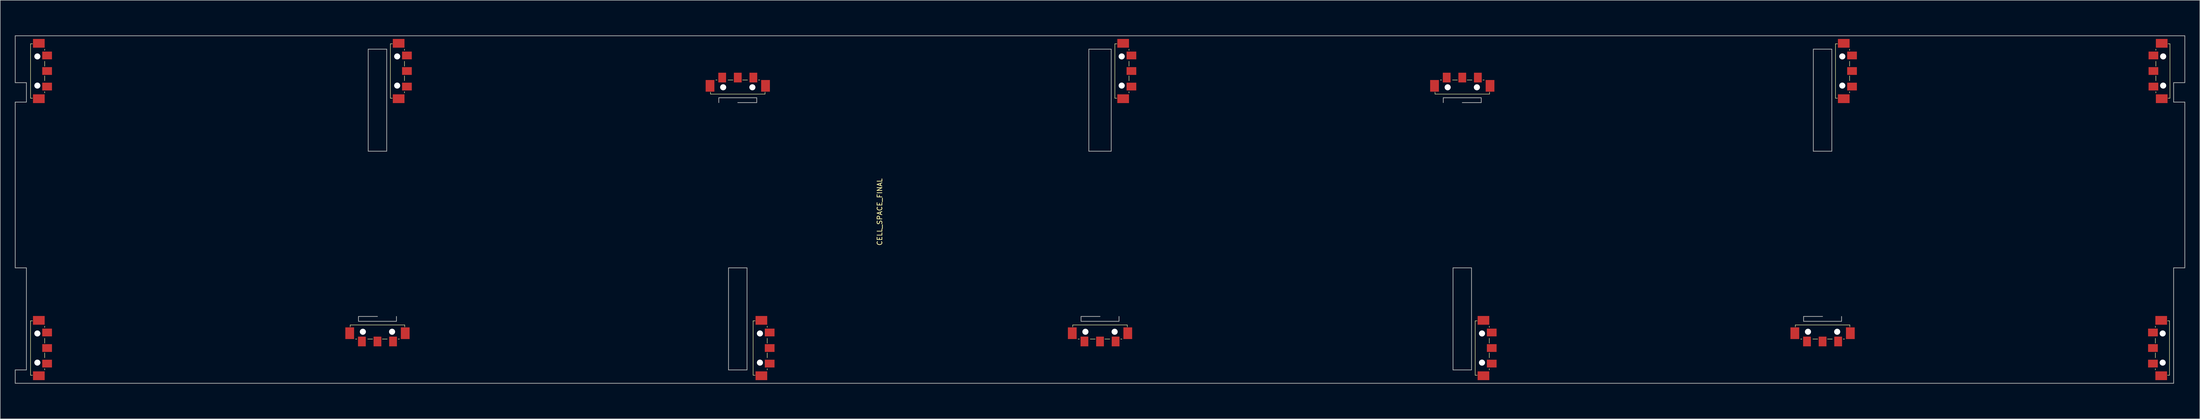
<source format=kicad_pcb>
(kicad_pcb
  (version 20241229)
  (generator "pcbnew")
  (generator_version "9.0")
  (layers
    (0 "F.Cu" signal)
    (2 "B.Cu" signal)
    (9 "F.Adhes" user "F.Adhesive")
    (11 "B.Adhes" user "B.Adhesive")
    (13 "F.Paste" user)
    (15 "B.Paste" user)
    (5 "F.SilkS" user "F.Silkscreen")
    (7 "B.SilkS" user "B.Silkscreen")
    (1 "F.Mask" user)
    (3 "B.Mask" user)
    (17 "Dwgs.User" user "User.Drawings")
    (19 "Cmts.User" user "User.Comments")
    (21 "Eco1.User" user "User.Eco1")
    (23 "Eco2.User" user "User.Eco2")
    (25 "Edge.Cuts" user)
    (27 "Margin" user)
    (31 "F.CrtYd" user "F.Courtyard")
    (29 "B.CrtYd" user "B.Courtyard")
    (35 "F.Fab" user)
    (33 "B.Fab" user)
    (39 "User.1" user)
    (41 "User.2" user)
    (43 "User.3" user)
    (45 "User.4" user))
  (footprint "CELL_SPACE_FINAL"
    (layer "F.Cu")
    (at 222.875 40.06)
    (property "Reference" "CELL_SPACE_FINAL" (at -45.25 0.5 90) (layer "F.SilkS") (effects (font (size 1 1) (thickness 0.153))))
    (attr through_hole)
    (fp_line (start -219.65 -34.1) (end -219.25 -34.1) (stroke (width 0.1) (type solid)) (layer "F.SilkS"))
    (fp_line (start -219.65 -22.9) (end -219.65 -34.1) (stroke (width 0.1) (type solid)) (layer "F.SilkS"))
    (fp_line (start -219.65 22.9) (end -219.25 22.9) (stroke (width 0.1) (type solid)) (layer "F.SilkS"))
    (fp_line (start -219.65 34.1) (end -219.65 22.9) (stroke (width 0.1) (type solid)) (layer "F.SilkS"))
    (fp_line (start -219.25 -22.9) (end -219.65 -22.9) (stroke (width 0.1) (type solid)) (layer "F.SilkS"))
    (fp_line (start -219.25 34.1) (end -219.65 34.1) (stroke (width 0.1) (type solid)) (layer "F.SilkS"))
    (fp_line (start -216.75 -32.75) (end -216.75 -33) (stroke (width 0.1) (type solid)) (layer "F.SilkS"))
    (fp_line (start -216.75 -29.5) (end -216.75 -30.5) (stroke (width 0.1) (type solid)) (layer "F.SilkS"))
    (fp_line (start -216.75 -26.5) (end -216.75 -27.5) (stroke (width 0.1) (type solid)) (layer "F.SilkS"))
    (fp_line (start -216.75 -24) (end -216.75 -24.25) (stroke (width 0.1) (type solid)) (layer "F.SilkS"))
    (fp_line (start -216.75 24.25) (end -216.75 24) (stroke (width 0.1) (type solid)) (layer "F.SilkS"))
    (fp_line (start -216.75 27.5) (end -216.75 26.5) (stroke (width 0.1) (type solid)) (layer "F.SilkS"))
    (fp_line (start -216.75 30.5) (end -216.75 29.5) (stroke (width 0.1) (type solid)) (layer "F.SilkS"))
    (fp_line (start -216.75 33) (end -216.75 32.75) (stroke (width 0.1) (type solid)) (layer "F.SilkS"))
    (fp_line (start -154 23.75) (end -142.8 23.75) (stroke (width 0.1) (type solid)) (layer "F.SilkS"))
    (fp_line (start -154 24.15) (end -154 23.75) (stroke (width 0.1) (type solid)) (layer "F.SilkS"))
    (fp_line (start -152.9 26.65) (end -152.65 26.65) (stroke (width 0.1) (type solid)) (layer "F.SilkS"))
    (fp_line (start -150.4 26.65) (end -149.4 26.65) (stroke (width 0.1) (type solid)) (layer "F.SilkS"))
    (fp_line (start -147.4 26.65) (end -146.4 26.65) (stroke (width 0.1) (type solid)) (layer "F.SilkS"))
    (fp_line (start -145.75 -34.1) (end -145.35 -34.1) (stroke (width 0.1) (type solid)) (layer "F.SilkS"))
    (fp_line (start -145.75 -22.9) (end -145.75 -34.1) (stroke (width 0.1) (type solid)) (layer "F.SilkS"))
    (fp_line (start -145.35 -22.9) (end -145.75 -22.9) (stroke (width 0.1) (type solid)) (layer "F.SilkS"))
    (fp_line (start -144.15 26.65) (end -143.9 26.65) (stroke (width 0.1) (type solid)) (layer "F.SilkS"))
    (fp_line (start -142.85 -32.75) (end -142.85 -33) (stroke (width 0.1) (type solid)) (layer "F.SilkS"))
    (fp_line (start -142.85 -29.5) (end -142.85 -30.5) (stroke (width 0.1) (type solid)) (layer "F.SilkS"))
    (fp_line (start -142.85 -26.5) (end -142.85 -27.5) (stroke (width 0.1) (type solid)) (layer "F.SilkS"))
    (fp_line (start -142.85 -24) (end -142.85 -24.25) (stroke (width 0.1) (type solid)) (layer "F.SilkS"))
    (fp_line (start -142.8 23.75) (end -142.8 24.15) (stroke (width 0.1) (type solid)) (layer "F.SilkS"))
    (fp_line (start -80 -23.75) (end -80 -24.15) (stroke (width 0.1) (type solid)) (layer "F.SilkS"))
    (fp_line (start -78.65 -26.65) (end -78.9 -26.65) (stroke (width 0.1) (type solid)) (layer "F.SilkS"))
    (fp_line (start -75.4 -26.65) (end -76.4 -26.65) (stroke (width 0.1) (type solid)) (layer "F.SilkS"))
    (fp_line (start -72.4 -26.65) (end -73.4 -26.65) (stroke (width 0.1) (type solid)) (layer "F.SilkS"))
    (fp_line (start -71.25 22.9) (end -70.85 22.9) (stroke (width 0.1) (type solid)) (layer "F.SilkS"))
    (fp_line (start -71.25 34.1) (end -71.25 22.9) (stroke (width 0.1) (type solid)) (layer "F.SilkS"))
    (fp_line (start -70.85 34.1) (end -71.25 34.1) (stroke (width 0.1) (type solid)) (layer "F.SilkS"))
    (fp_line (start -69.9 -26.65) (end -70.15 -26.65) (stroke (width 0.1) (type solid)) (layer "F.SilkS"))
    (fp_line (start -68.8 -24.15) (end -68.8 -23.75) (stroke (width 0.1) (type solid)) (layer "F.SilkS"))
    (fp_line (start -68.8 -23.75) (end -80 -23.75) (stroke (width 0.1) (type solid)) (layer "F.SilkS"))
    (fp_line (start -68.35 24.25) (end -68.35 24) (stroke (width 0.1) (type solid)) (layer "F.SilkS"))
    (fp_line (start -68.35 27.5) (end -68.35 26.5) (stroke (width 0.1) (type solid)) (layer "F.SilkS"))
    (fp_line (start -68.35 30.5) (end -68.35 29.5) (stroke (width 0.1) (type solid)) (layer "F.SilkS"))
    (fp_line (start -68.35 33) (end -68.35 32.75) (stroke (width 0.1) (type solid)) (layer "F.SilkS"))
    (fp_line (start -5.6 23.75) (end 5.6 23.75) (stroke (width 0.1) (type solid)) (layer "F.SilkS"))
    (fp_line (start -5.6 24.15) (end -5.6 23.75) (stroke (width 0.1) (type solid)) (layer "F.SilkS"))
    (fp_line (start -4.5 26.65) (end -4.25 26.65) (stroke (width 0.1) (type solid)) (layer "F.SilkS"))
    (fp_line (start -2 26.65) (end -1 26.65) (stroke (width 0.1) (type solid)) (layer "F.SilkS"))
    (fp_line (start 1 26.65) (end 2 26.65) (stroke (width 0.1) (type solid)) (layer "F.SilkS"))
    (fp_line (start 3.05 -34.1) (end 3.45 -34.1) (stroke (width 0.1) (type solid)) (layer "F.SilkS"))
    (fp_line (start 3.05 -22.9) (end 3.05 -34.1) (stroke (width 0.1) (type solid)) (layer "F.SilkS"))
    (fp_line (start 3.45 -22.9) (end 3.05 -22.9) (stroke (width 0.1) (type solid)) (layer "F.SilkS"))
    (fp_line (start 4.25 26.65) (end 4.5 26.65) (stroke (width 0.1) (type solid)) (layer "F.SilkS"))
    (fp_line (start 5.6 23.75) (end 5.6 24.15) (stroke (width 0.1) (type solid)) (layer "F.SilkS"))
    (fp_line (start 5.95 -32.75) (end 5.95 -33) (stroke (width 0.1) (type solid)) (layer "F.SilkS"))
    (fp_line (start 5.95 -29.5) (end 5.95 -30.5) (stroke (width 0.1) (type solid)) (layer "F.SilkS"))
    (fp_line (start 5.95 -26.5) (end 5.95 -27.5) (stroke (width 0.1) (type solid)) (layer "F.SilkS"))
    (fp_line (start 5.95 -24) (end 5.95 -24.25) (stroke (width 0.1) (type solid)) (layer "F.SilkS"))
    (fp_line (start 68.8 -23.75) (end 68.8 -24.15) (stroke (width 0.1) (type solid)) (layer "F.SilkS"))
    (fp_line (start 70.15 -26.65) (end 69.9 -26.65) (stroke (width 0.1) (type solid)) (layer "F.SilkS"))
    (fp_line (start 73.4 -26.65) (end 72.4 -26.65) (stroke (width 0.1) (type solid)) (layer "F.SilkS"))
    (fp_line (start 76.4 -26.65) (end 75.4 -26.65) (stroke (width 0.1) (type solid)) (layer "F.SilkS"))
    (fp_line (start 77.05 22.9) (end 77.45 22.9) (stroke (width 0.1) (type solid)) (layer "F.SilkS"))
    (fp_line (start 77.05 34.1) (end 77.05 22.9) (stroke (width 0.1) (type solid)) (layer "F.SilkS"))
    (fp_line (start 77.45 34.1) (end 77.05 34.1) (stroke (width 0.1) (type solid)) (layer "F.SilkS"))
    (fp_line (start 78.9 -26.65) (end 78.65 -26.65) (stroke (width 0.1) (type solid)) (layer "F.SilkS"))
    (fp_line (start 79.95 24.25) (end 79.95 24) (stroke (width 0.1) (type solid)) (layer "F.SilkS"))
    (fp_line (start 79.95 27.5) (end 79.95 26.5) (stroke (width 0.1) (type solid)) (layer "F.SilkS"))
    (fp_line (start 79.95 30.5) (end 79.95 29.5) (stroke (width 0.1) (type solid)) (layer "F.SilkS"))
    (fp_line (start 79.95 33) (end 79.95 32.75) (stroke (width 0.1) (type solid)) (layer "F.SilkS"))
    (fp_line (start 80 -24.15) (end 80 -23.75) (stroke (width 0.1) (type solid)) (layer "F.SilkS"))
    (fp_line (start 80 -23.75) (end 68.8 -23.75) (stroke (width 0.1) (type solid)) (layer "F.SilkS"))
    (fp_line (start 142.8 23.75) (end 154 23.75) (stroke (width 0.1) (type solid)) (layer "F.SilkS"))
    (fp_line (start 142.8 24.15) (end 142.8 23.75) (stroke (width 0.1) (type solid)) (layer "F.SilkS"))
    (fp_line (start 143.9 26.65) (end 144.15 26.65) (stroke (width 0.1) (type solid)) (layer "F.SilkS"))
    (fp_line (start 146.4 26.65) (end 147.4 26.65) (stroke (width 0.1) (type solid)) (layer "F.SilkS"))
    (fp_line (start 149.4 26.65) (end 150.4 26.65) (stroke (width 0.1) (type solid)) (layer "F.SilkS"))
    (fp_line (start 151.05 -34.1) (end 151.45 -34.1) (stroke (width 0.1) (type solid)) (layer "F.SilkS"))
    (fp_line (start 151.05 -22.9) (end 151.05 -34.1) (stroke (width 0.1) (type solid)) (layer "F.SilkS"))
    (fp_line (start 151.45 -22.9) (end 151.05 -22.9) (stroke (width 0.1) (type solid)) (layer "F.SilkS"))
    (fp_line (start 152.65 26.65) (end 152.9 26.65) (stroke (width 0.1) (type solid)) (layer "F.SilkS"))
    (fp_line (start 153.95 -32.75) (end 153.95 -33) (stroke (width 0.1) (type solid)) (layer "F.SilkS"))
    (fp_line (start 153.95 -29.5) (end 153.95 -30.5) (stroke (width 0.1) (type solid)) (layer "F.SilkS"))
    (fp_line (start 153.95 -26.5) (end 153.95 -27.5) (stroke (width 0.1) (type solid)) (layer "F.SilkS"))
    (fp_line (start 153.95 -24) (end 153.95 -24.25) (stroke (width 0.1) (type solid)) (layer "F.SilkS"))
    (fp_line (start 154 23.75) (end 154 24.15) (stroke (width 0.1) (type solid)) (layer "F.SilkS"))
    (fp_line (start 216.75 24) (end 216.75 24.25) (stroke (width 0.1) (type solid)) (layer "F.SilkS"))
    (fp_line (start 216.75 26.5) (end 216.75 27.5) (stroke (width 0.1) (type solid)) (layer "F.SilkS"))
    (fp_line (start 216.75 29.5) (end 216.75 30.5) (stroke (width 0.1) (type solid)) (layer "F.SilkS"))
    (fp_line (start 216.75 32.75) (end 216.75 33) (stroke (width 0.1) (type solid)) (layer "F.SilkS"))
    (fp_line (start 216.85 -33) (end 216.85 -32.75) (stroke (width 0.1) (type solid)) (layer "F.SilkS"))
    (fp_line (start 216.85 -30.5) (end 216.85 -29.5) (stroke (width 0.1) (type solid)) (layer "F.SilkS"))
    (fp_line (start 216.85 -27.5) (end 216.85 -26.5) (stroke (width 0.1) (type solid)) (layer "F.SilkS"))
    (fp_line (start 216.85 -24.25) (end 216.85 -24) (stroke (width 0.1) (type solid)) (layer "F.SilkS"))
    (fp_line (start 219.25 22.9) (end 219.65 22.9) (stroke (width 0.1) (type solid)) (layer "F.SilkS"))
    (fp_line (start 219.35 -34.1) (end 219.75 -34.1) (stroke (width 0.1) (type solid)) (layer "F.SilkS"))
    (fp_line (start 219.65 22.9) (end 219.65 34.1) (stroke (width 0.1) (type solid)) (layer "F.SilkS"))
    (fp_line (start 219.65 34.1) (end 219.25 34.1) (stroke (width 0.1) (type solid)) (layer "F.SilkS"))
    (fp_line (start 219.75 -34.1) (end 219.75 -22.9) (stroke (width 0.1) (type solid)) (layer "F.SilkS"))
    (fp_line (start 219.75 -22.9) (end 219.35 -22.9) (stroke (width 0.1) (type solid)) (layer "F.SilkS"))
    (fp_line (start -148.4 20) (end -148.4 40) (stroke (width 0.12) (type solid)) (layer "Eco1.User"))
    (fp_line (start -74.4 -20) (end -74.4 -40) (stroke (width 0.12) (type solid)) (layer "Eco1.User"))
    (fp_line (start 0 40) (end 0 20) (stroke (width 0.12) (type solid)) (layer "Eco1.User"))
    (fp_line (start 74.4 -40) (end 74.4 -20) (stroke (width 0.12) (type solid)) (layer "Eco1.User"))
    (fp_line (start 148.4 40) (end 148.4 20) (stroke (width 0.12) (type solid)) (layer "Eco1.User"))
    (fp_poly (pts (xy -220.35 -34.1) (xy -220.35 -22.9) (xy -220.95 -22.9) (xy -220.95 -34.1)) (stroke (width 0.1) (type solid)) (fill no) (layer "Eco1.User"))
    (fp_poly (pts (xy -220.35 22.9) (xy -220.35 34.1) (xy -220.95 34.1) (xy -220.95 22.9)) (stroke (width 0.1) (type solid)) (fill no) (layer "Eco1.User"))
    (fp_poly (pts (xy -146.45 -34.1) (xy -146.45 -22.9) (xy -147.05 -22.9) (xy -147.05 -34.1)) (stroke (width 0.1) (type solid)) (fill no) (layer "Eco1.User"))
    (fp_poly (pts (xy -142.8 23.05) (xy -154 23.05) (xy -154 22.45) (xy -142.8 22.45)) (stroke (width 0.1) (type solid)) (fill no) (layer "Eco1.User"))
    (fp_poly (pts (xy -80 -23.05) (xy -68.8 -23.05) (xy -68.8 -22.45) (xy -80 -22.45)) (stroke (width 0.1) (type solid)) (fill no) (layer "Eco1.User"))
    (fp_poly (pts (xy -71.95 22.9) (xy -71.95 34.1) (xy -72.55 34.1) (xy -72.55 22.9)) (stroke (width 0.1) (type solid)) (fill no) (layer "Eco1.User"))
    (fp_poly (pts (xy 2.35 -34.1) (xy 2.35 -22.9) (xy 1.75 -22.9) (xy 1.75 -34.1)) (stroke (width 0.1) (type solid)) (fill no) (layer "Eco1.User"))
    (fp_poly (pts (xy 5.6 23.05) (xy -5.6 23.05) (xy -5.6 22.45) (xy 5.6 22.45)) (stroke (width 0.1) (type solid)) (fill no) (layer "Eco1.User"))
    (fp_poly (pts (xy 68.8 -23.05) (xy 80 -23.05) (xy 80 -22.45) (xy 68.8 -22.45)) (stroke (width 0.1) (type solid)) (fill no) (layer "Eco1.User"))
    (fp_poly (pts (xy 76.35 22.9) (xy 76.35 34.1) (xy 75.75 34.1) (xy 75.75 22.9)) (stroke (width 0.1) (type solid)) (fill no) (layer "Eco1.User"))
    (fp_poly (pts (xy 150.35 -34.1) (xy 150.35 -22.9) (xy 149.75 -22.9) (xy 149.75 -34.1)) (stroke (width 0.1) (type solid)) (fill no) (layer "Eco1.User"))
    (fp_poly (pts (xy 154 23.05) (xy 142.8 23.05) (xy 142.8 22.45) (xy 154 22.45)) (stroke (width 0.1) (type solid)) (fill no) (layer "Eco1.User"))
    (fp_poly (pts (xy 220.35 34.1) (xy 220.35 22.9) (xy 220.95 22.9) (xy 220.95 34.1)) (stroke (width 0.1) (type solid)) (fill no) (layer "Eco1.User"))
    (fp_poly (pts (xy 220.45 -22.9) (xy 220.45 -34.1) (xy 221.05 -34.1) (xy 221.05 -22.9)) (stroke (width 0.1) (type solid)) (fill no) (layer "Eco1.User"))
    (fp_line (start -222.8 -35.75) (end -222.8 -26.1) (stroke (width 0.15) (type solid)) (layer "F.Fab"))
    (fp_line (start -222.8 -26.1) (end -220.5 -26.1) (stroke (width 0.15) (type solid)) (layer "F.Fab"))
    (fp_line (start -222.8 -22.1) (end -222.8 12) (stroke (width 0.15) (type solid)) (layer "F.Fab"))
    (fp_line (start -222.8 12) (end -220.5 12) (stroke (width 0.15) (type solid)) (layer "F.Fab"))
    (fp_line (start -222.8 33) (end -222.8 35.75) (stroke (width 0.15) (type solid)) (layer "F.Fab"))
    (fp_line (start -222.8 35.75) (end 220.5 35.75) (stroke (width 0.15) (type solid)) (layer "F.Fab"))
    (fp_line (start -220.5 -26.1) (end -220.5 -22.1) (stroke (width 0.15) (type solid)) (layer "F.Fab"))
    (fp_line (start -220.5 -22.1) (end -222.8 -22.1) (stroke (width 0.15) (type solid)) (layer "F.Fab"))
    (fp_line (start -220.5 12) (end -220.5 33) (stroke (width 0.15) (type solid)) (layer "F.Fab"))
    (fp_line (start -220.5 33) (end -222.8 33) (stroke (width 0.15) (type solid)) (layer "F.Fab"))
    (fp_line (start -152.3 22) (end -148.4 22) (stroke (width 0.15) (type solid)) (layer "F.Fab"))
    (fp_line (start -152.3 23) (end -152.3 22) (stroke (width 0.15) (type solid)) (layer "F.Fab"))
    (fp_line (start -150.3 -33) (end -146.5 -33) (stroke (width 0.15) (type solid)) (layer "F.Fab"))
    (fp_line (start -150.3 -12) (end -150.3 -33) (stroke (width 0.15) (type solid)) (layer "F.Fab"))
    (fp_line (start -146.5 -33) (end -146.5 -12) (stroke (width 0.15) (type solid)) (layer "F.Fab"))
    (fp_line (start -146.5 -12) (end -150.3 -12) (stroke (width 0.15) (type solid)) (layer "F.Fab"))
    (fp_line (start -144.5 22) (end -144.5 23) (stroke (width 0.15) (type solid)) (layer "F.Fab"))
    (fp_line (start -144.5 23) (end -152.3 23) (stroke (width 0.15) (type solid)) (layer "F.Fab"))
    (fp_line (start -78.3 -23) (end -70.5 -23) (stroke (width 0.15) (type solid)) (layer "F.Fab"))
    (fp_line (start -78.3 -22) (end -78.3 -23) (stroke (width 0.15) (type solid)) (layer "F.Fab"))
    (fp_line (start -76.3 12) (end -72.5 12) (stroke (width 0.15) (type solid)) (layer "F.Fab"))
    (fp_line (start -76.3 33) (end -76.3 12) (stroke (width 0.15) (type solid)) (layer "F.Fab"))
    (fp_line (start -72.5 12) (end -72.5 33) (stroke (width 0.15) (type solid)) (layer "F.Fab"))
    (fp_line (start -72.5 33) (end -76.3 33) (stroke (width 0.15) (type solid)) (layer "F.Fab"))
    (fp_line (start -70.5 -23) (end -70.5 -22) (stroke (width 0.15) (type solid)) (layer "F.Fab"))
    (fp_line (start -70.5 -22) (end -74.4 -22) (stroke (width 0.15) (type solid)) (layer "F.Fab"))
    (fp_line (start -3.9 22) (end 0 22) (stroke (width 0.15) (type solid)) (layer "F.Fab"))
    (fp_line (start -3.9 23) (end -3.9 22) (stroke (width 0.15) (type solid)) (layer "F.Fab"))
    (fp_line (start -2.3 -33) (end 2.3 -33) (stroke (width 0.15) (type solid)) (layer "F.Fab"))
    (fp_line (start -2.3 -12) (end -2.3 -33) (stroke (width 0.15) (type solid)) (layer "F.Fab"))
    (fp_line (start 2.3 -33) (end 2.3 -12) (stroke (width 0.15) (type solid)) (layer "F.Fab"))
    (fp_line (start 2.3 -12) (end -2.3 -12) (stroke (width 0.15) (type solid)) (layer "F.Fab"))
    (fp_line (start 3.9 22) (end 3.9 23) (stroke (width 0.15) (type solid)) (layer "F.Fab"))
    (fp_line (start 3.9 23) (end -3.9 23) (stroke (width 0.15) (type solid)) (layer "F.Fab"))
    (fp_line (start 70.5 -22) (end 70.5 -23) (stroke (width 0.15) (type solid)) (layer "F.Fab"))
    (fp_line (start 70.5 -23) (end 78.3 -23) (stroke (width 0.15) (type solid)) (layer "F.Fab"))
    (fp_line (start 72.5 12) (end 76.3 12) (stroke (width 0.15) (type solid)) (layer "F.Fab"))
    (fp_line (start 72.5 33) (end 72.5 12) (stroke (width 0.15) (type solid)) (layer "F.Fab"))
    (fp_line (start 76.3 12) (end 76.3 33) (stroke (width 0.15) (type solid)) (layer "F.Fab"))
    (fp_line (start 76.3 33) (end 72.5 33) (stroke (width 0.15) (type solid)) (layer "F.Fab"))
    (fp_line (start 78.3 -23) (end 78.3 -22) (stroke (width 0.15) (type solid)) (layer "F.Fab"))
    (fp_line (start 78.3 -22) (end 74.4 -22) (stroke (width 0.15) (type solid)) (layer "F.Fab"))
    (fp_line (start 144.5 22) (end 148.4 22) (stroke (width 0.15) (type solid)) (layer "F.Fab"))
    (fp_line (start 144.5 23) (end 144.5 22) (stroke (width 0.15) (type solid)) (layer "F.Fab"))
    (fp_line (start 146.5 -33) (end 150.3 -33) (stroke (width 0.15) (type solid)) (layer "F.Fab"))
    (fp_line (start 146.5 -12) (end 146.5 -33) (stroke (width 0.15) (type solid)) (layer "F.Fab"))
    (fp_line (start 150.3 -33) (end 150.3 -12) (stroke (width 0.15) (type solid)) (layer "F.Fab"))
    (fp_line (start 150.3 -12) (end 146.5 -12) (stroke (width 0.15) (type solid)) (layer "F.Fab"))
    (fp_line (start 152.3 22) (end 152.3 23) (stroke (width 0.15) (type solid)) (layer "F.Fab"))
    (fp_line (start 152.3 23) (end 144.5 23) (stroke (width 0.15) (type solid)) (layer "F.Fab"))
    (fp_line (start 220.5 -26.1) (end 222.8 -26.1) (stroke (width 0.15) (type solid)) (layer "F.Fab"))
    (fp_line (start 220.5 -22.1) (end 220.5 -26.1) (stroke (width 0.15) (type solid)) (layer "F.Fab"))
    (fp_line (start 220.5 12) (end 222.8 12) (stroke (width 0.15) (type solid)) (layer "F.Fab"))
    (fp_line (start 220.5 35.75) (end 220.5 12) (stroke (width 0.15) (type solid)) (layer "F.Fab"))
    (fp_line (start 222.8 -35.75) (end -222.8 -35.75) (stroke (width 0.15) (type solid)) (layer "F.Fab"))
    (fp_line (start 222.8 -26.1) (end 222.8 -35.75) (stroke (width 0.15) (type solid)) (layer "F.Fab"))
    (fp_line (start 222.8 -22.1) (end 220.5 -22.1) (stroke (width 0.15) (type solid)) (layer "F.Fab"))
    (fp_line (start 222.8 12) (end 222.8 -22.1) (stroke (width 0.15) (type solid)) (layer "F.Fab"))
    (pad "" np_thru_hole circle (at -218.25 -31.5 90) (size 1.25 1.25) (drill 1.25) (layers "*.Cu" "*.Mask"))
    (pad "" np_thru_hole circle (at -218.25 -25.5 90) (size 1.25 1.25) (drill 1.25) (layers "*.Cu" "*.Mask"))
    (pad "" np_thru_hole circle (at -218.25 25.5 90) (size 1.25 1.25) (drill 1.25) (layers "*.Cu" "*.Mask"))
    (pad "" np_thru_hole circle (at -218.25 31.5 90) (size 1.25 1.25) (drill 1.25) (layers "*.Cu" "*.Mask"))
    (pad "" np_thru_hole circle (at -151.4 25.15) (size 1.25 1.25) (drill 1.25) (layers "*.Cu" "*.Mask"))
    (pad "" np_thru_hole circle (at -145.4 25.15) (size 1.25 1.25) (drill 1.25) (layers "*.Cu" "*.Mask"))
    (pad "" np_thru_hole circle (at -144.35 -31.5 90) (size 1.25 1.25) (drill 1.25) (layers "*.Cu" "*.Mask"))
    (pad "" np_thru_hole circle (at -144.35 -25.5 90) (size 1.25 1.25) (drill 1.25) (layers "*.Cu" "*.Mask"))
    (pad "" np_thru_hole circle (at -77.4 -25.15 180) (size 1.25 1.25) (drill 1.25) (layers "*.Cu" "*.Mask"))
    (pad "" np_thru_hole circle (at -71.4 -25.15 180) (size 1.25 1.25) (drill 1.25) (layers "*.Cu" "*.Mask"))
    (pad "" np_thru_hole circle (at -69.85 25.5 90) (size 1.25 1.25) (drill 1.25) (layers "*.Cu" "*.Mask"))
    (pad "" np_thru_hole circle (at -69.85 31.5 90) (size 1.25 1.25) (drill 1.25) (layers "*.Cu" "*.Mask"))
    (pad "" np_thru_hole circle (at -3 25.15) (size 1.25 1.25) (drill 1.25) (layers "*.Cu" "*.Mask"))
    (pad "" np_thru_hole circle (at 3 25.15) (size 1.25 1.25) (drill 1.25) (layers "*.Cu" "*.Mask"))
    (pad "" np_thru_hole circle (at 4.45 -31.5 90) (size 1.25 1.25) (drill 1.25) (layers "*.Cu" "*.Mask"))
    (pad "" np_thru_hole circle (at 4.45 -25.5 90) (size 1.25 1.25) (drill 1.25) (layers "*.Cu" "*.Mask"))
    (pad "" np_thru_hole circle (at 71.4 -25.15 180) (size 1.25 1.25) (drill 1.25) (layers "*.Cu" "*.Mask"))
    (pad "" np_thru_hole circle (at 77.4 -25.15 180) (size 1.25 1.25) (drill 1.25) (layers "*.Cu" "*.Mask"))
    (pad "" np_thru_hole circle (at 78.45 25.5 90) (size 1.25 1.25) (drill 1.25) (layers "*.Cu" "*.Mask"))
    (pad "" np_thru_hole circle (at 78.45 31.5 90) (size 1.25 1.25) (drill 1.25) (layers "*.Cu" "*.Mask"))
    (pad "" np_thru_hole circle (at 145.4 25.15) (size 1.25 1.25) (drill 1.25) (layers "*.Cu" "*.Mask"))
    (pad "" np_thru_hole circle (at 151.4 25.15) (size 1.25 1.25) (drill 1.25) (layers "*.Cu" "*.Mask"))
    (pad "" np_thru_hole circle (at 152.45 -31.5 90) (size 1.25 1.25) (drill 1.25) (layers "*.Cu" "*.Mask"))
    (pad "" np_thru_hole circle (at 152.45 -25.5 90) (size 1.25 1.25) (drill 1.25) (layers "*.Cu" "*.Mask"))
    (pad "" np_thru_hole circle (at 218.25 25.5 270) (size 1.25 1.25) (drill 1.25) (layers "*.Cu" "*.Mask"))
    (pad "" np_thru_hole circle (at 218.25 31.5 270) (size 1.25 1.25) (drill 1.25) (layers "*.Cu" "*.Mask"))
    (pad "" np_thru_hole circle (at 218.35 -31.5 270) (size 1.25 1.25) (drill 1.25) (layers "*.Cu" "*.Mask"))
    (pad "" np_thru_hole circle (at 218.35 -25.5 270) (size 1.25 1.25) (drill 1.25) (layers "*.Cu" "*.Mask"))
    (pad "1" smd rect (at -217.95 -34.2 90) (size 1.8 2.4) (layers "F.Cu" "F.Mask" "F.Paste"))
    (pad "1" smd rect (at -217.95 -22.8 90) (size 1.8 2.4) (layers "F.Cu" "F.Mask" "F.Paste"))
    (pad "1" smd rect (at -217.95 22.8 90) (size 1.8 2.4) (layers "F.Cu" "F.Mask" "F.Paste"))
    (pad "1" smd rect (at -217.95 34.2 90) (size 1.8 2.4) (layers "F.Cu" "F.Mask" "F.Paste"))
    (pad "1" smd rect (at -216.25 25.3 90) (size 1.6 2) (layers "F.Cu" "F.Mask" "F.Paste"))
    (pad "1" smd rect (at -216.25 28.5 90) (size 1.6 2) (layers "F.Cu" "F.Mask" "F.Paste"))
    (pad "1" smd rect (at -216.25 31.7 90) (size 1.6 2) (layers "F.Cu" "F.Mask" "F.Paste"))
    (pad "1" smd rect (at -154.1 25.45) (size 1.8 2.4) (layers "F.Cu" "F.Mask" "F.Paste"))
    (pad "1" smd rect (at -144.05 -34.2 90) (size 1.8 2.4) (layers "F.Cu" "F.Mask" "F.Paste"))
    (pad "1" smd rect (at -144.05 -22.8 90) (size 1.8 2.4) (layers "F.Cu" "F.Mask" "F.Paste"))
    (pad "1" smd rect (at -142.7 25.45) (size 1.8 2.4) (layers "F.Cu" "F.Mask" "F.Paste"))
    (pad "1" smd rect (at -80.1 -25.45 180) (size 1.8 2.4) (layers "F.Cu" "F.Mask" "F.Paste"))
    (pad "1" smd rect (at -69.55 22.8 90) (size 1.8 2.4) (layers "F.Cu" "F.Mask" "F.Paste"))
    (pad "1" smd rect (at -69.55 34.2 90) (size 1.8 2.4) (layers "F.Cu" "F.Mask" "F.Paste"))
    (pad "1" smd rect (at -68.7 -25.45 180) (size 1.8 2.4) (layers "F.Cu" "F.Mask" "F.Paste"))
    (pad "1" smd rect (at -5.7 25.45) (size 1.8 2.4) (layers "F.Cu" "F.Mask" "F.Paste"))
    (pad "1" smd rect (at 4.75 -34.2 90) (size 1.8 2.4) (layers "F.Cu" "F.Mask" "F.Paste"))
    (pad "1" smd rect (at 4.75 -22.8 90) (size 1.8 2.4) (layers "F.Cu" "F.Mask" "F.Paste"))
    (pad "1" smd rect (at 5.7 25.45) (size 1.8 2.4) (layers "F.Cu" "F.Mask" "F.Paste"))
    (pad "1" smd rect (at 68.7 -25.45 180) (size 1.8 2.4) (layers "F.Cu" "F.Mask" "F.Paste"))
    (pad "1" smd rect (at 78.75 22.8 90) (size 1.8 2.4) (layers "F.Cu" "F.Mask" "F.Paste"))
    (pad "1" smd rect (at 78.75 34.2 90) (size 1.8 2.4) (layers "F.Cu" "F.Mask" "F.Paste"))
    (pad "1" smd rect (at 80.1 -25.45 180) (size 1.8 2.4) (layers "F.Cu" "F.Mask" "F.Paste"))
    (pad "1" smd rect (at 142.7 25.45) (size 1.8 2.4) (layers "F.Cu" "F.Mask" "F.Paste"))
    (pad "1" smd rect (at 152.75 -34.2 90) (size 1.8 2.4) (layers "F.Cu" "F.Mask" "F.Paste"))
    (pad "1" smd rect (at 152.75 -22.8 90) (size 1.8 2.4) (layers "F.Cu" "F.Mask" "F.Paste"))
    (pad "1" smd rect (at 154.1 25.45) (size 1.8 2.4) (layers "F.Cu" "F.Mask" "F.Paste"))
    (pad "1" smd rect (at 217.95 22.8 270) (size 1.8 2.4) (layers "F.Cu" "F.Mask" "F.Paste"))
    (pad "1" smd rect (at 217.95 34.2 270) (size 1.8 2.4) (layers "F.Cu" "F.Mask" "F.Paste"))
    (pad "1" smd rect (at 218.05 -34.2 270) (size 1.8 2.4) (layers "F.Cu" "F.Mask" "F.Paste"))
    (pad "1" smd rect (at 218.05 -22.8 270) (size 1.8 2.4) (layers "F.Cu" "F.Mask" "F.Paste"))
    (pad "2" smd rect (at -151.6 27.15) (size 1.6 2) (layers "F.Cu" "F.Mask" "F.Paste"))
    (pad "3" smd rect (at -216.25 -31.7 90) (size 1.6 2) (layers "F.Cu" "F.Mask" "F.Paste"))
    (pad "3" smd rect (at -216.25 -28.5 90) (size 1.6 2) (layers "F.Cu" "F.Mask" "F.Paste"))
    (pad "3" smd rect (at -216.25 -25.3 90) (size 1.6 2) (layers "F.Cu" "F.Mask" "F.Paste"))
    (pad "4" smd rect (at -142.35 -31.7 90) (size 1.6 2) (layers "F.Cu" "F.Mask" "F.Paste"))
    (pad "4" smd rect (at -142.35 -28.5 90) (size 1.6 2) (layers "F.Cu" "F.Mask" "F.Paste"))
    (pad "4" smd rect (at -142.35 -25.3 90) (size 1.6 2) (layers "F.Cu" "F.Mask" "F.Paste"))
    (pad "5" smd rect (at -77.6 -27.15 180) (size 1.6 2) (layers "F.Cu" "F.Mask" "F.Paste"))
    (pad "6" smd rect (at -145.2 27.15) (size 1.6 2) (layers "F.Cu" "F.Mask" "F.Paste"))
    (pad "7" smd rect (at -67.85 25.3 90) (size 1.6 2) (layers "F.Cu" "F.Mask" "F.Paste"))
    (pad "7" smd rect (at -67.85 28.5 90) (size 1.6 2) (layers "F.Cu" "F.Mask" "F.Paste"))
    (pad "7" smd rect (at -67.85 31.7 90) (size 1.6 2) (layers "F.Cu" "F.Mask" "F.Paste"))
    (pad "8" smd rect (at -3.2 27.15) (size 1.6 2) (layers "F.Cu" "F.Mask" "F.Paste"))
    (pad "9" smd rect (at -71.2 -27.15 180) (size 1.6 2) (layers "F.Cu" "F.Mask" "F.Paste"))
    (pad "10" smd rect (at 6.45 -31.7 90) (size 1.6 2) (layers "F.Cu" "F.Mask" "F.Paste"))
    (pad "10" smd rect (at 6.45 -28.5 90) (size 1.6 2) (layers "F.Cu" "F.Mask" "F.Paste"))
    (pad "10" smd rect (at 6.45 -25.3 90) (size 1.6 2) (layers "F.Cu" "F.Mask" "F.Paste"))
    (pad "11" smd rect (at 71.2 -27.15 180) (size 1.6 2) (layers "F.Cu" "F.Mask" "F.Paste"))
    (pad "12" smd rect (at 3.2 27.15) (size 1.6 2) (layers "F.Cu" "F.Mask" "F.Paste"))
    (pad "13" smd rect (at 80.45 25.3 90) (size 1.6 2) (layers "F.Cu" "F.Mask" "F.Paste"))
    (pad "13" smd rect (at 80.45 28.5 90) (size 1.6 2) (layers "F.Cu" "F.Mask" "F.Paste"))
    (pad "13" smd rect (at 80.45 31.7 90) (size 1.6 2) (layers "F.Cu" "F.Mask" "F.Paste"))
    (pad "14" smd rect (at 145.2 27.15) (size 1.6 2) (layers "F.Cu" "F.Mask" "F.Paste"))
    (pad "15" smd rect (at 77.6 -27.15 180) (size 1.6 2) (layers "F.Cu" "F.Mask" "F.Paste"))
    (pad "16" smd rect (at 154.45 -31.7 90) (size 1.6 2) (layers "F.Cu" "F.Mask" "F.Paste"))
    (pad "16" smd rect (at 154.45 -28.5 90) (size 1.6 2) (layers "F.Cu" "F.Mask" "F.Paste"))
    (pad "16" smd rect (at 154.45 -25.3 90) (size 1.6 2) (layers "F.Cu" "F.Mask" "F.Paste"))
    (pad "17" smd rect (at 216.35 -31.7 270) (size 1.6 2) (layers "F.Cu" "F.Mask" "F.Paste"))
    (pad "17" smd rect (at 216.35 -28.5 270) (size 1.6 2) (layers "F.Cu" "F.Mask" "F.Paste"))
    (pad "17" smd rect (at 216.35 -25.3 270) (size 1.6 2) (layers "F.Cu" "F.Mask" "F.Paste"))
    (pad "18" smd rect (at 151.6 27.15) (size 1.6 2) (layers "F.Cu" "F.Mask" "F.Paste"))
    (pad "19" smd rect (at 216.25 25.3 270) (size 1.6 2) (layers "F.Cu" "F.Mask" "F.Paste"))
    (pad "19" smd rect (at 216.25 28.5 270) (size 1.6 2) (layers "F.Cu" "F.Mask" "F.Paste"))
    (pad "19" smd rect (at 216.25 31.7 270) (size 1.6 2) (layers "F.Cu" "F.Mask" "F.Paste"))
    (pad "~" smd rect (at -148.4 27.15) (size 1.6 2) (layers "F.Cu" "F.Mask" "F.Paste"))
    (pad "~" smd rect (at -74.4 -27.15 180) (size 1.6 2) (layers "F.Cu" "F.Mask" "F.Paste"))
    (pad "~" smd rect (at 0 27.15) (size 1.6 2) (layers "F.Cu" "F.Mask" "F.Paste"))
    (pad "~" smd rect (at 74.4 -27.15 180) (size 1.6 2) (layers "F.Cu" "F.Mask" "F.Paste"))
    (pad "~" smd rect (at 148.4 27.15) (size 1.6 2) (layers "F.Cu" "F.Mask" "F.Paste")))
  (gr_rect
    (start -3 -3)
    (end 448.75 83.12)
    (stroke (width 0.1) (type default))
    (fill no)
    (layer "Edge.Cuts")))
</source>
